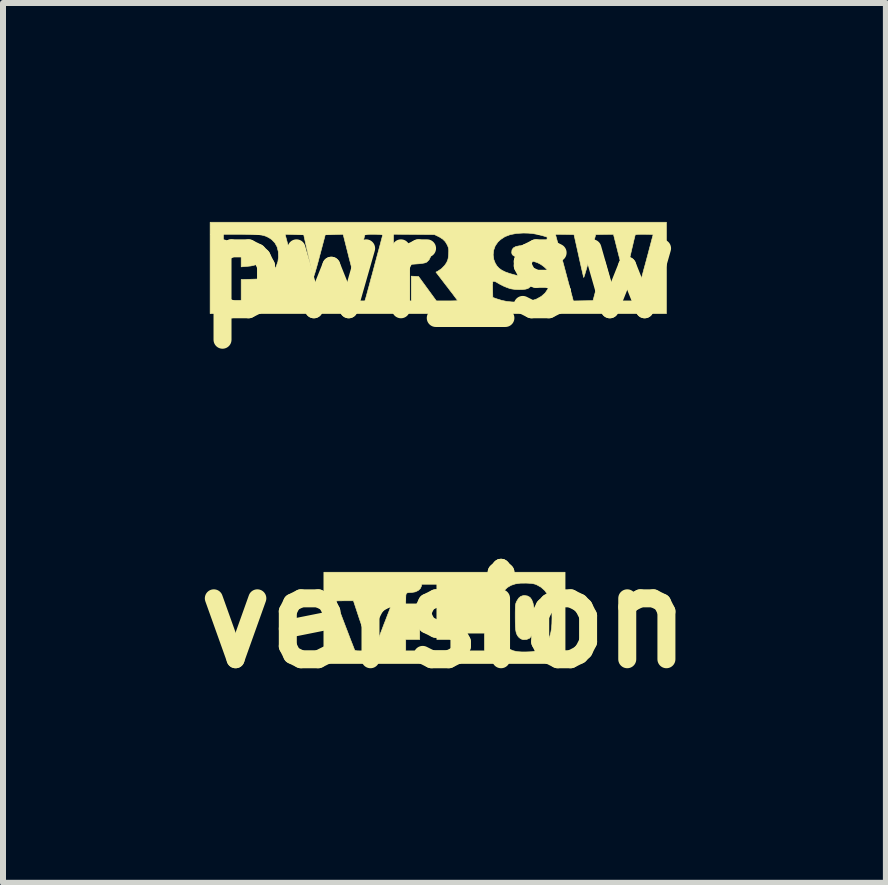
<source format=kicad_pcb>
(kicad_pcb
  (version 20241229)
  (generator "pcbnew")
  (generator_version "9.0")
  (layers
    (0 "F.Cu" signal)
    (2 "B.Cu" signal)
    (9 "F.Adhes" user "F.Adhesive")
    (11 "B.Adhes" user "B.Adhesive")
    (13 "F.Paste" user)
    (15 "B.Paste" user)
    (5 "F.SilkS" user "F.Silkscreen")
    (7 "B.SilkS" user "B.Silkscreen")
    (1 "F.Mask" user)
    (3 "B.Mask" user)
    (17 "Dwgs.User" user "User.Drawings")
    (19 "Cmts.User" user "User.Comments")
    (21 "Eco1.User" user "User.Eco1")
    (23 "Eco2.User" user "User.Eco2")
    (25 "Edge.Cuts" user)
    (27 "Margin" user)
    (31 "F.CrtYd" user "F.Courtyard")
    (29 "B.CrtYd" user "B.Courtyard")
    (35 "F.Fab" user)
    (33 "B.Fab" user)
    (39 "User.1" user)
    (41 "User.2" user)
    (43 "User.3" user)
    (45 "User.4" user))
  (footprint "pwr_sw"
    (layer "F.Cu")
    (at 4.253 1.418)
    (property "Reference" "pwr_sw" (at 0 0 0) (layer "F.SilkS") (effects (font (size 1.524 1.524) (thickness 0.3))))
    (attr through_hole)
    (fp_poly (pts (xy -3.178 -0.345) (xy -3.103 -0.336) (xy -3.046 -0.322) (xy -3.006 -0.302) (xy -2.98 -0.273) (xy -2.967 -0.235) (xy -2.963 -0.194) (xy -2.968 -0.141) (xy -2.984 -0.099) (xy -3.013 -0.069) (xy -3.058 -0.047) (xy -3.119 -0.033) (xy -3.183 -0.026) (xy -3.281 -0.018) (xy -3.281 -0.352) (xy -3.178 -0.345)) (stroke (width 0.01) (type solid)) (fill yes) (layer "F.SilkS"))
    (fp_poly (pts (xy -0.332 -0.356) (xy -0.269 -0.35) (xy -0.218 -0.342) (xy -0.184 -0.332) (xy -0.183 -0.332) (xy -0.147 -0.304) (xy -0.127 -0.267) (xy -0.12 -0.223) (xy -0.127 -0.178) (xy -0.148 -0.136) (xy -0.182 -0.101) (xy -0.2 -0.09) (xy -0.223 -0.083) (xy -0.261 -0.076) (xy -0.308 -0.07) (xy -0.337 -0.068) (xy -0.445 -0.06) (xy -0.445 -0.363) (xy -0.332 -0.356)) (stroke (width 0.01) (type solid)) (fill yes) (layer "F.SilkS"))
    (fp_poly (pts (xy 3.81 0.762) (xy -3.799 0.762) (xy -3.799 0.55) (xy -3.577 0.55) (xy -3.281 0.55) (xy -3.281 0.193) (xy -3.119 0.189) (xy -3.057 0.187) (xy -3.011 0.185) (xy -2.978 0.182) (xy -2.951 0.177) (xy -2.928 0.17) (xy -2.904 0.159) (xy -2.889 0.151) (xy -2.806 0.102) (xy -2.742 0.043) (xy -2.697 -0.025) (xy -2.669 -0.104) (xy -2.659 -0.179) (xy -2.662 -0.271) (xy -2.682 -0.351) (xy -2.719 -0.418) (xy -2.772 -0.473) (xy -2.812 -0.5) (xy -2.844 -0.517) (xy -2.873 -0.53) (xy -2.904 -0.54) (xy -2.939 -0.548) (xy -2.982 -0.554) (xy -3.033 -0.557) (xy -3.098 -0.559) (xy -3.178 -0.56) (xy -3.276 -0.561) (xy -3.278 -0.561) (xy -3.577 -0.561) (xy -3.577 0.55) (xy -3.799 0.55) (xy -3.799 -0.561) (xy -2.549 -0.561) (xy -2.518 -0.447) (xy -2.509 -0.412) (xy -2.494 -0.36) (xy -2.476 -0.292) (xy -2.455 -0.213) (xy -2.431 -0.125) (xy -2.406 -0.03) (xy -2.38 0.068) (xy -2.369 0.109) (xy -2.25 0.551) (xy -1.923 0.545) (xy -1.832 0.204) (xy -1.81 0.123) (xy -1.79 0.048) (xy -1.772 -0.017) (xy -1.757 -0.07) (xy -1.745 -0.11) (xy -1.738 -0.133) (xy -1.736 -0.138) (xy -1.732 -0.128) (xy -1.723 -0.1) (xy -1.71 -0.056) (xy -1.693 0.001) (xy -1.674 0.069) (xy -1.653 0.145) (xy -1.636 0.206) (xy -1.542 0.55) (xy -1.219 0.55) (xy -0.741 0.55) (xy -0.445 0.55) (xy -0.445 0.137) (xy -0.323 0.143) (xy -0.175 0.346) (xy -0.026 0.55) (xy 0.151 0.55) (xy 0.209 0.55) (xy 0.26 0.549) (xy 0.299 0.548) (xy 0.322 0.546) (xy 0.328 0.545) (xy 0.322 0.535) (xy 0.304 0.511) (xy 0.277 0.475) (xy 0.242 0.428) (xy 0.2 0.374) (xy 0.154 0.313) (xy 0.147 0.305) (xy 0.144 0.301) (xy 0.911 0.301) (xy 0.912 0.356) (xy 0.912 0.357) (xy 0.915 0.492) (xy 0.982 0.516) (xy 1.063 0.541) (xy 1.144 0.558) (xy 1.231 0.567) (xy 1.329 0.571) (xy 1.402 0.57) (xy 1.46 0.566) (xy 1.509 0.56) (xy 1.548 0.551) (xy 1.646 0.518) (xy 1.725 0.474) (xy 1.787 0.419) (xy 1.832 0.353) (xy 1.859 0.275) (xy 1.862 0.259) (xy 1.867 0.187) (xy 1.859 0.117) (xy 1.838 0.056) (xy 1.837 0.054) (xy 1.809 0.017) (xy 1.767 -0.022) (xy 1.717 -0.058) (xy 1.664 -0.086) (xy 1.659 -0.088) (xy 1.623 -0.1) (xy 1.573 -0.115) (xy 1.515 -0.13) (xy 1.455 -0.145) (xy 1.445 -0.147) (xy 1.373 -0.164) (xy 1.319 -0.179) (xy 1.28 -0.193) (xy 1.255 -0.208) (xy 1.239 -0.224) (xy 1.232 -0.244) (xy 1.23 -0.258) (xy 1.235 -0.301) (xy 1.257 -0.333) (xy 1.298 -0.356) (xy 1.358 -0.369) (xy 1.434 -0.373) (xy 1.523 -0.364) (xy 1.613 -0.342) (xy 1.696 -0.308) (xy 1.737 -0.285) (xy 1.769 -0.265) (xy 1.792 -0.255) (xy 1.807 -0.256) (xy 1.815 -0.272) (xy 1.819 -0.304) (xy 1.82 -0.354) (xy 1.82 -0.385) (xy 1.82 -0.515) (xy 1.744 -0.538) (xy 1.661 -0.559) (xy 1.649 -0.561) (xy 1.959 -0.561) (xy 1.99 -0.447) (xy 2 -0.412) (xy 2.014 -0.36) (xy 2.032 -0.292) (xy 2.053 -0.213) (xy 2.077 -0.125) (xy 2.103 -0.03) (xy 2.129 0.068) (xy 2.14 0.109) (xy 2.258 0.551) (xy 2.586 0.545) (xy 2.677 0.204) (xy 2.698 0.123) (xy 2.719 0.048) (xy 2.737 -0.017) (xy 2.752 -0.07) (xy 2.763 -0.11) (xy 2.771 -0.133) (xy 2.773 -0.138) (xy 2.777 -0.128) (xy 2.786 -0.1) (xy 2.799 -0.056) (xy 2.815 0.001) (xy 2.834 0.069) (xy 2.856 0.145) (xy 2.872 0.206) (xy 2.967 0.55) (xy 3.29 0.55) (xy 3.301 0.516) (xy 3.306 0.499) (xy 3.315 0.464) (xy 3.329 0.415) (xy 3.346 0.353) (xy 3.365 0.28) (xy 3.387 0.199) (xy 3.41 0.113) (xy 3.434 0.023) (xy 3.459 -0.068) (xy 3.483 -0.157) (xy 3.506 -0.243) (xy 3.527 -0.324) (xy 3.546 -0.395) (xy 3.562 -0.457) (xy 3.575 -0.505) (xy 3.584 -0.538) (xy 3.588 -0.554) (xy 3.588 -0.555) (xy 3.578 -0.557) (xy 3.55 -0.559) (xy 3.51 -0.56) (xy 3.459 -0.561) (xy 3.44 -0.561) (xy 3.381 -0.561) (xy 3.34 -0.56) (xy 3.313 -0.557) (xy 3.298 -0.554) (xy 3.29 -0.548) (xy 3.287 -0.542) (xy 3.284 -0.528) (xy 3.276 -0.495) (xy 3.264 -0.447) (xy 3.25 -0.386) (xy 3.233 -0.315) (xy 3.215 -0.236) (xy 3.202 -0.18) (xy 3.182 -0.098) (xy 3.165 -0.022) (xy 3.149 0.045) (xy 3.136 0.101) (xy 3.126 0.142) (xy 3.12 0.167) (xy 3.119 0.174) (xy 3.115 0.166) (xy 3.108 0.14) (xy 3.096 0.098) (xy 3.081 0.042) (xy 3.063 -0.026) (xy 3.043 -0.103) (xy 3.022 -0.187) (xy 3.021 -0.189) (xy 2.927 -0.561) (xy 2.779 -0.559) (xy 2.631 -0.556) (xy 2.534 -0.191) (xy 2.511 -0.107) (xy 2.49 -0.031) (xy 2.471 0.035) (xy 2.455 0.089) (xy 2.443 0.129) (xy 2.434 0.153) (xy 2.43 0.159) (xy 2.427 0.145) (xy 2.419 0.113) (xy 2.408 0.065) (xy 2.394 0.005) (xy 2.378 -0.066) (xy 2.36 -0.146) (xy 2.347 -0.206) (xy 2.269 -0.556) (xy 2.114 -0.559) (xy 1.959 -0.561) (xy 1.649 -0.561) (xy 1.585 -0.573) (xy 1.507 -0.58) (xy 1.424 -0.582) (xy 1.307 -0.575) (xy 1.205 -0.555) (xy 1.118 -0.522) (xy 1.045 -0.474) (xy 1 -0.432) (xy 0.955 -0.367) (xy 0.929 -0.294) (xy 0.921 -0.217) (xy 0.932 -0.139) (xy 0.956 -0.078) (xy 0.984 -0.033) (xy 1.019 0.005) (xy 1.065 0.038) (xy 1.123 0.067) (xy 1.196 0.093) (xy 1.286 0.118) (xy 1.351 0.132) (xy 1.401 0.144) (xy 1.446 0.155) (xy 1.479 0.165) (xy 1.495 0.171) (xy 1.538 0.201) (xy 1.562 0.235) (xy 1.565 0.27) (xy 1.549 0.305) (xy 1.513 0.335) (xy 1.497 0.344) (xy 1.461 0.354) (xy 1.411 0.36) (xy 1.352 0.361) (xy 1.291 0.359) (xy 1.234 0.351) (xy 1.204 0.345) (xy 1.152 0.327) (xy 1.092 0.302) (xy 1.035 0.273) (xy 0.987 0.245) (xy 0.983 0.242) (xy 0.956 0.228) (xy 0.932 0.222) (xy 0.923 0.223) (xy 0.917 0.228) (xy 0.913 0.24) (xy 0.911 0.263) (xy 0.911 0.301) (xy 0.144 0.301) (xy -0.033 0.07) (xy -0.003 0.055) (xy 0.059 0.013) (xy 0.112 -0.041) (xy 0.143 -0.086) (xy 0.159 -0.12) (xy 0.169 -0.152) (xy 0.175 -0.191) (xy 0.178 -0.235) (xy 0.18 -0.283) (xy 0.178 -0.316) (xy 0.172 -0.343) (xy 0.161 -0.371) (xy 0.154 -0.386) (xy 0.123 -0.438) (xy 0.082 -0.479) (xy 0.028 -0.514) (xy 0 -0.528) (xy -0.058 -0.556) (xy -0.4 -0.559) (xy -0.741 -0.562) (xy -0.741 0.55) (xy -1.219 0.55) (xy -1.208 0.516) (xy -1.203 0.499) (xy -1.193 0.464) (xy -1.18 0.415) (xy -1.163 0.353) (xy -1.143 0.28) (xy -1.122 0.199) (xy -1.098 0.113) (xy -1.074 0.023) (xy -1.05 -0.068) (xy -1.026 -0.157) (xy -1.003 -0.243) (xy -0.981 -0.324) (xy -0.962 -0.395) (xy -0.946 -0.457) (xy -0.933 -0.505) (xy -0.925 -0.538) (xy -0.921 -0.554) (xy -0.921 -0.555) (xy -0.931 -0.557) (xy -0.958 -0.559) (xy -0.999 -0.56) (xy -1.05 -0.561) (xy -1.068 -0.561) (xy -1.127 -0.561) (xy -1.169 -0.56) (xy -1.195 -0.557) (xy -1.211 -0.554) (xy -1.219 -0.548) (xy -1.221 -0.542) (xy -1.225 -0.528) (xy -1.233 -0.495) (xy -1.244 -0.447) (xy -1.259 -0.386) (xy -1.275 -0.315) (xy -1.294 -0.236) (xy -1.307 -0.18) (xy -1.326 -0.098) (xy -1.344 -0.022) (xy -1.359 0.045) (xy -1.372 0.101) (xy -1.382 0.142) (xy -1.388 0.167) (xy -1.39 0.174) (xy -1.393 0.166) (xy -1.401 0.14) (xy -1.412 0.098) (xy -1.427 0.042) (xy -1.445 -0.026) (xy -1.465 -0.103) (xy -1.487 -0.187) (xy -1.487 -0.189) (xy -1.581 -0.561) (xy -1.729 -0.559) (xy -1.878 -0.556) (xy -1.975 -0.191) (xy -1.997 -0.107) (xy -2.018 -0.031) (xy -2.037 0.035) (xy -2.053 0.089) (xy -2.066 0.129) (xy -2.074 0.153) (xy -2.078 0.159) (xy -2.082 0.145) (xy -2.09 0.113) (xy -2.101 0.065) (xy -2.114 0.005) (xy -2.131 -0.066) (xy -2.148 -0.146) (xy -2.162 -0.206) (xy -2.239 -0.556) (xy -2.394 -0.559) (xy -2.549 -0.561) (xy -3.799 -0.561) (xy -3.799 -0.762) (xy 3.81 -0.762) (xy 3.81 0.762)) (stroke (width 0.01) (type solid)) (fill yes) (layer "F.SilkS")))
  (footprint "version"
    (layer "F.Cu")
    (at 4.362 7.254)
    (property "Reference" "version" (at 0 0 0) (layer "F.SilkS") (effects (font (size 1.524 1.524) (thickness 0.3))))
    (attr through_hole)
    (fp_poly (pts (xy 1.386 -0.365) (xy 1.425 -0.343) (xy 1.454 -0.305) (xy 1.476 -0.249) (xy 1.491 -0.175) (xy 1.492 -0.165) (xy 1.501 -0.074) (xy 1.502 0.016) (xy 1.498 0.101) (xy 1.487 0.178) (xy 1.472 0.244) (xy 1.451 0.297) (xy 1.426 0.332) (xy 1.415 0.341) (xy 1.369 0.36) (xy 1.317 0.363) (xy 1.295 0.358) (xy 1.265 0.344) (xy 1.237 0.32) (xy 1.234 0.317) (xy 1.217 0.294) (xy 1.204 0.268) (xy 1.194 0.237) (xy 1.187 0.198) (xy 1.183 0.147) (xy 1.181 0.082) (xy 1.18 -0.001) (xy 1.18 -0.016) (xy 1.18 -0.088) (xy 1.181 -0.143) (xy 1.182 -0.183) (xy 1.184 -0.213) (xy 1.188 -0.235) (xy 1.194 -0.253) (xy 1.202 -0.271) (xy 1.206 -0.28) (xy 1.237 -0.329) (xy 1.271 -0.358) (xy 1.313 -0.372) (xy 1.338 -0.373) (xy 1.386 -0.365)) (stroke (width 0.01) (type solid)) (fill yes) (layer "F.SilkS"))
    (fp_poly (pts (xy 2.011 0.762) (xy -2.011 0.762) (xy -2.011 -0.281) (xy -1.81 -0.281) (xy -1.806 -0.271) (xy -1.796 -0.243) (xy -1.78 -0.201) (xy -1.759 -0.146) (xy -1.735 -0.082) (xy -1.708 -0.01) (xy -1.679 0.066) (xy -1.649 0.145) (xy -1.619 0.223) (xy -1.59 0.299) (xy -1.563 0.37) (xy -1.538 0.433) (xy -1.518 0.485) (xy -1.502 0.526) (xy -1.502 0.527) (xy -1.498 0.536) (xy -1.491 0.542) (xy -1.477 0.546) (xy -1.455 0.549) (xy -1.419 0.55) (xy -1.368 0.55) (xy -1.336 0.55) (xy -1.18 0.55) (xy -1.042 0.193) (xy -1.01 0.108) (xy -0.978 0.027) (xy -0.95 -0.047) (xy -0.924 -0.113) (xy -0.904 -0.167) (xy -0.889 -0.205) (xy -0.881 -0.225) (xy -0.858 -0.286) (xy -1.147 -0.28) (xy -1.239 -0.005) (xy -1.266 0.076) (xy -1.288 0.14) (xy -1.305 0.187) (xy -1.318 0.22) (xy -1.327 0.239) (xy -1.334 0.248) (xy -1.338 0.249) (xy -1.341 0.243) (xy -1.347 0.226) (xy -1.359 0.192) (xy -1.375 0.144) (xy -1.395 0.085) (xy -1.418 0.018) (xy -1.435 -0.034) (xy -1.518 -0.286) (xy -1.664 -0.286) (xy -1.717 -0.285) (xy -1.761 -0.285) (xy -1.793 -0.283) (xy -1.809 -0.282) (xy -1.81 -0.281) (xy -2.011 -0.281) (xy -2.011 -0.322) (xy -0.646 -0.322) (xy -0.646 -0.233) (xy -0.413 -0.233) (xy -0.413 0.36) (xy -0.646 0.36) (xy -0.646 0.55) (xy 0.106 0.55) (xy 0.106 0.36) (xy -0.127 0.36) (xy -0.127 0.254) (xy 0.37 0.254) (xy 0.37 0.55) (xy 0.667 0.55) (xy 0.667 0.254) (xy 0.37 0.254) (xy -0.127 0.254) (xy -0.127 0.018) (xy 0.875 0.018) (xy 0.882 0.141) (xy 0.901 0.25) (xy 0.933 0.344) (xy 0.976 0.421) (xy 1.031 0.482) (xy 1.046 0.494) (xy 1.096 0.527) (xy 1.151 0.549) (xy 1.214 0.563) (xy 1.29 0.568) (xy 1.355 0.568) (xy 1.412 0.566) (xy 1.455 0.564) (xy 1.487 0.559) (xy 1.515 0.551) (xy 1.544 0.539) (xy 1.553 0.535) (xy 1.615 0.498) (xy 1.672 0.448) (xy 1.717 0.391) (xy 1.736 0.356) (xy 1.758 0.299) (xy 1.774 0.24) (xy 1.785 0.173) (xy 1.791 0.096) (xy 1.793 0.002) (xy 1.793 -0.005) (xy 1.791 -0.099) (xy 1.786 -0.176) (xy 1.776 -0.241) (xy 1.761 -0.298) (xy 1.739 -0.351) (xy 1.723 -0.383) (xy 1.674 -0.455) (xy 1.61 -0.512) (xy 1.546 -0.548) (xy 1.516 -0.561) (xy 1.486 -0.569) (xy 1.45 -0.575) (xy 1.403 -0.578) (xy 1.363 -0.58) (xy 1.265 -0.579) (xy 1.181 -0.567) (xy 1.11 -0.543) (xy 1.05 -0.508) (xy 0.993 -0.454) (xy 0.946 -0.382) (xy 0.911 -0.294) (xy 0.888 -0.191) (xy 0.88 -0.119) (xy 0.875 0.018) (xy -0.127 0.018) (xy -0.127 -0.561) (xy -0.378 -0.561) (xy -0.385 -0.529) (xy -0.403 -0.489) (xy -0.438 -0.457) (xy -0.487 -0.434) (xy -0.545 -0.424) (xy -0.561 -0.423) (xy -0.6 -0.422) (xy -0.625 -0.416) (xy -0.638 -0.403) (xy -0.644 -0.376) (xy -0.646 -0.333) (xy -0.646 -0.322) (xy -2.011 -0.322) (xy -2.011 -0.762) (xy 2.011 -0.762) (xy 2.011 0.762)) (stroke (width 0.01) (type solid)) (fill yes) (layer "F.SilkS")))
  (gr_rect
    (start -3 -3)
    (end 11.723 11.672)
    (stroke (width 0.1) (type default))
    (fill no)
    (layer "Edge.Cuts")))
</source>
